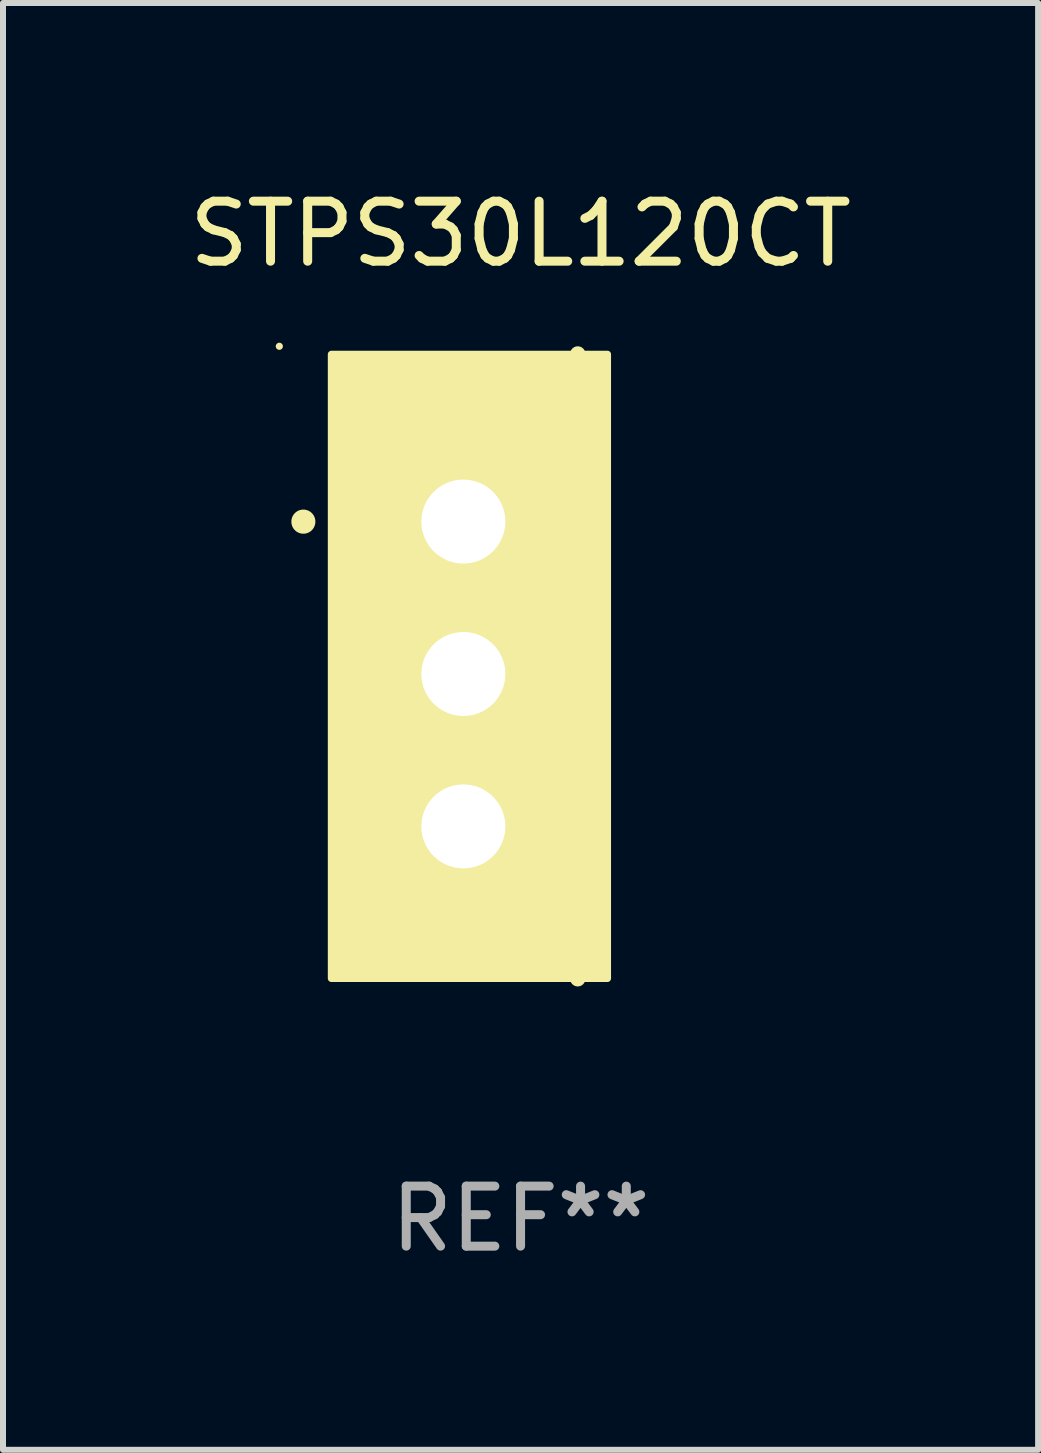
<source format=kicad_pcb>
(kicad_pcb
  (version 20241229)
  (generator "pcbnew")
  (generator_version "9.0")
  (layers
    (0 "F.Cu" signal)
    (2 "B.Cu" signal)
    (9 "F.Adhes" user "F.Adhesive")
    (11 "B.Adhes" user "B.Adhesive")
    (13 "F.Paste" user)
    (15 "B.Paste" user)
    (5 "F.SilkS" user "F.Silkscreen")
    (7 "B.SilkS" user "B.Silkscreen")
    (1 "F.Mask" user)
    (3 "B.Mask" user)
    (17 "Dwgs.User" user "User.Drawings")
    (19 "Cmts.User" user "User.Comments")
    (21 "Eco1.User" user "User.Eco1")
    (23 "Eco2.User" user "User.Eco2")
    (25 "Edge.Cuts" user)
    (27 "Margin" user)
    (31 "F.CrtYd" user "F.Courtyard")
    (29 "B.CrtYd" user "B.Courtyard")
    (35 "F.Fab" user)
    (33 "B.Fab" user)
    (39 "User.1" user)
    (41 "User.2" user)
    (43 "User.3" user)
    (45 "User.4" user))
  (footprint "STPS30L120CT"
    (layer "F.Cu")
    (at 5.625 8.055)
    (property "Reference" "STPS30L120CT" (at 0 -7.207 0) (layer "F.SilkS") (effects (font (size 1 1) (thickness 0.15))))
    (attr through_hole)
    (fp_line (start 0.953 5.207) (end 0.953 -5.207) (stroke (width 0.254) (type solid)) (layer "F.SilkS"))
    (fp_arc (start -3.619507 -2.410465) (mid -3.619511 -2.411735) (end -3.619507 -2.413005) (stroke (width 0.4) (type solid)) (layer "F.SilkS"))
    (fp_circle (center -4.02 -5.334) (end -3.99 -5.334) (stroke (width 0.06) (type solid)) (fill no) (layer "F.SilkS"))
    (fp_poly (pts (xy -3.152 -5.2) (xy 1.448 -5.2) (xy 1.448 5.2) (xy -3.152 5.2)) (stroke (width 0.12) (type solid)) (fill yes) (layer "F.SilkS"))
    (fp_text user "REF**" (at 0 9.207 0) (layer "F.Fab") (effects (font (size 1 1) (thickness 0.15))))
    (pad "1" thru_hole rect (at -0.953 -2.413 270) (size 2 2.5) (drill 1.4) (layers "*.Cu" "*.Mask"))
    (pad "2" thru_hole oval (at -0.953 0.127 270) (size 2 2.5) (drill 1.4) (layers "*.Cu" "*.Mask"))
    (pad "3" thru_hole oval (at -0.953 2.667 270) (size 2 2.5) (drill 1.4) (layers "*.Cu" "*.Mask")))
  (gr_rect
    (start -3 -3)
    (end 14.25 21.111)
    (stroke (width 0.1) (type default))
    (fill no)
    (layer "Edge.Cuts")))
</source>
